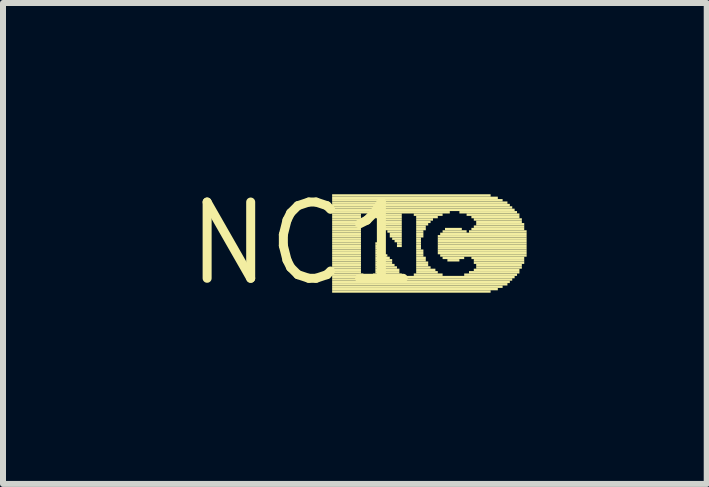
<source format=kicad_pcb>
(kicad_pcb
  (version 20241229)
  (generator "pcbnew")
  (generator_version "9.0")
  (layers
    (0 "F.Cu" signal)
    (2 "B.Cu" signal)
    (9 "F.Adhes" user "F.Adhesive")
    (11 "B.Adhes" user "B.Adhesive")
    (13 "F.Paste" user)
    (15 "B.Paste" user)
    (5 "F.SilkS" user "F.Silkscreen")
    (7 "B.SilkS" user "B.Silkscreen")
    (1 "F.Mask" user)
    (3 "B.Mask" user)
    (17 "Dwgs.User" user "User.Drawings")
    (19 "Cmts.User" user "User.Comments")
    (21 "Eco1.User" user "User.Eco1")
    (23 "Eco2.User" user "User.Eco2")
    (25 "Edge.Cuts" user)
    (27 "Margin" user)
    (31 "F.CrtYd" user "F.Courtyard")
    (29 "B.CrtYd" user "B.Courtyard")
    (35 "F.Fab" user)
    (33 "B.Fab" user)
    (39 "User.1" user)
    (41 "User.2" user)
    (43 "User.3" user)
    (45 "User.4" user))
  (footprint "NC1"
    (layer "F.Cu")
    (at 2.003 1.006)
    (property "Reference" "NC1" (at 0 0 0) (layer "F.SilkS") (effects (font (size 1.27 1.27) (thickness 0.15))))
    (fp_poly (pts (xy 0.48 -0.78) (xy 3.12 -0.78) (xy 3.12 -0.82) (xy 0.48 -0.82)) (stroke (width 0) (type default)) (fill yes) (layer "F.SilkS"))
    (fp_poly (pts (xy 0.48 -0.74) (xy 3.24 -0.74) (xy 3.24 -0.78) (xy 0.48 -0.78)) (stroke (width 0) (type default)) (fill yes) (layer "F.SilkS"))
    (fp_poly (pts (xy 0.48 -0.7) (xy 3.32 -0.7) (xy 3.32 -0.74) (xy 0.48 -0.74)) (stroke (width 0) (type default)) (fill yes) (layer "F.SilkS"))
    (fp_poly (pts (xy 0.48 -0.66) (xy 3.4 -0.66) (xy 3.4 -0.7) (xy 0.48 -0.7)) (stroke (width 0) (type default)) (fill yes) (layer "F.SilkS"))
    (fp_poly (pts (xy 0.48 -0.62) (xy 3.44 -0.62) (xy 3.44 -0.66) (xy 0.48 -0.66)) (stroke (width 0) (type default)) (fill yes) (layer "F.SilkS"))
    (fp_poly (pts (xy 0.48 -0.58) (xy 3.48 -0.58) (xy 3.48 -0.62) (xy 0.48 -0.62)) (stroke (width 0) (type default)) (fill yes) (layer "F.SilkS"))
    (fp_poly (pts (xy 0.48 -0.54) (xy 3.52 -0.54) (xy 3.52 -0.58) (xy 0.48 -0.58)) (stroke (width 0) (type default)) (fill yes) (layer "F.SilkS"))
    (fp_poly (pts (xy 0.48 -0.5) (xy 2.44 -0.5) (xy 2.44 -0.54) (xy 0.48 -0.54)) (stroke (width 0) (type default)) (fill yes) (layer "F.SilkS"))
    (fp_poly (pts (xy 0.48 -0.46) (xy 0.96 -0.46) (xy 0.96 -0.5) (xy 0.48 -0.5)) (stroke (width 0) (type default)) (fill yes) (layer "F.SilkS"))
    (fp_poly (pts (xy 0.48 -0.42) (xy 0.96 -0.42) (xy 0.96 -0.46) (xy 0.48 -0.46)) (stroke (width 0) (type default)) (fill yes) (layer "F.SilkS"))
    (fp_poly (pts (xy 0.48 -0.38) (xy 0.96 -0.38) (xy 0.96 -0.42) (xy 0.48 -0.42)) (stroke (width 0) (type default)) (fill yes) (layer "F.SilkS"))
    (fp_poly (pts (xy 0.48 -0.34) (xy 0.96 -0.34) (xy 0.96 -0.38) (xy 0.48 -0.38)) (stroke (width 0) (type default)) (fill yes) (layer "F.SilkS"))
    (fp_poly (pts (xy 0.48 -0.3) (xy 0.96 -0.3) (xy 0.96 -0.34) (xy 0.48 -0.34)) (stroke (width 0) (type default)) (fill yes) (layer "F.SilkS"))
    (fp_poly (pts (xy 0.48 -0.26) (xy 0.96 -0.26) (xy 0.96 -0.3) (xy 0.48 -0.3)) (stroke (width 0) (type default)) (fill yes) (layer "F.SilkS"))
    (fp_poly (pts (xy 0.48 -0.22) (xy 0.96 -0.22) (xy 0.96 -0.26) (xy 0.48 -0.26)) (stroke (width 0) (type default)) (fill yes) (layer "F.SilkS"))
    (fp_poly (pts (xy 0.48 -0.18) (xy 0.96 -0.18) (xy 0.96 -0.22) (xy 0.48 -0.22)) (stroke (width 0) (type default)) (fill yes) (layer "F.SilkS"))
    (fp_poly (pts (xy 0.48 -0.14) (xy 0.96 -0.14) (xy 0.96 -0.18) (xy 0.48 -0.18)) (stroke (width 0) (type default)) (fill yes) (layer "F.SilkS"))
    (fp_poly (pts (xy 0.48 -0.1) (xy 0.96 -0.1) (xy 0.96 -0.14) (xy 0.48 -0.14)) (stroke (width 0) (type default)) (fill yes) (layer "F.SilkS"))
    (fp_poly (pts (xy 0.48 -0.06) (xy 0.96 -0.06) (xy 0.96 -0.1) (xy 0.48 -0.1)) (stroke (width 0) (type default)) (fill yes) (layer "F.SilkS"))
    (fp_poly (pts (xy 0.48 -0.02) (xy 0.96 -0.02) (xy 0.96 -0.06) (xy 0.48 -0.06)) (stroke (width 0) (type default)) (fill yes) (layer "F.SilkS"))
    (fp_poly (pts (xy 0.48 0.02) (xy 0.96 0.02) (xy 0.96 -0.02) (xy 0.48 -0.02)) (stroke (width 0) (type default)) (fill yes) (layer "F.SilkS"))
    (fp_poly (pts (xy 0.48 0.06) (xy 0.96 0.06) (xy 0.96 0.02) (xy 0.48 0.02)) (stroke (width 0) (type default)) (fill yes) (layer "F.SilkS"))
    (fp_poly (pts (xy 0.48 0.1) (xy 0.96 0.1) (xy 0.96 0.06) (xy 0.48 0.06)) (stroke (width 0) (type default)) (fill yes) (layer "F.SilkS"))
    (fp_poly (pts (xy 0.48 0.14) (xy 0.96 0.14) (xy 0.96 0.1) (xy 0.48 0.1)) (stroke (width 0) (type default)) (fill yes) (layer "F.SilkS"))
    (fp_poly (pts (xy 0.48 0.18) (xy 0.96 0.18) (xy 0.96 0.14) (xy 0.48 0.14)) (stroke (width 0) (type default)) (fill yes) (layer "F.SilkS"))
    (fp_poly (pts (xy 0.48 0.22) (xy 0.96 0.22) (xy 0.96 0.18) (xy 0.48 0.18)) (stroke (width 0) (type default)) (fill yes) (layer "F.SilkS"))
    (fp_poly (pts (xy 0.48 0.26) (xy 0.96 0.26) (xy 0.96 0.22) (xy 0.48 0.22)) (stroke (width 0) (type default)) (fill yes) (layer "F.SilkS"))
    (fp_poly (pts (xy 0.48 0.3) (xy 0.96 0.3) (xy 0.96 0.26) (xy 0.48 0.26)) (stroke (width 0) (type default)) (fill yes) (layer "F.SilkS"))
    (fp_poly (pts (xy 0.48 0.34) (xy 0.96 0.34) (xy 0.96 0.3) (xy 0.48 0.3)) (stroke (width 0) (type default)) (fill yes) (layer "F.SilkS"))
    (fp_poly (pts (xy 0.48 0.38) (xy 0.96 0.38) (xy 0.96 0.34) (xy 0.48 0.34)) (stroke (width 0) (type default)) (fill yes) (layer "F.SilkS"))
    (fp_poly (pts (xy 0.48 0.42) (xy 0.96 0.42) (xy 0.96 0.38) (xy 0.48 0.38)) (stroke (width 0) (type default)) (fill yes) (layer "F.SilkS"))
    (fp_poly (pts (xy 0.48 0.46) (xy 0.96 0.46) (xy 0.96 0.42) (xy 0.48 0.42)) (stroke (width 0) (type default)) (fill yes) (layer "F.SilkS"))
    (fp_poly (pts (xy 0.48 0.5) (xy 0.96 0.5) (xy 0.96 0.46) (xy 0.48 0.46)) (stroke (width 0) (type default)) (fill yes) (layer "F.SilkS"))
    (fp_poly (pts (xy 0.48 0.54) (xy 1 0.54) (xy 1 0.5) (xy 0.48 0.5)) (stroke (width 0) (type default)) (fill yes) (layer "F.SilkS"))
    (fp_poly (pts (xy 0.48 0.58) (xy 3.52 0.58) (xy 3.52 0.54) (xy 0.48 0.54)) (stroke (width 0) (type default)) (fill yes) (layer "F.SilkS"))
    (fp_poly (pts (xy 0.48 0.62) (xy 3.48 0.62) (xy 3.48 0.58) (xy 0.48 0.58)) (stroke (width 0) (type default)) (fill yes) (layer "F.SilkS"))
    (fp_poly (pts (xy 0.48 0.66) (xy 3.44 0.66) (xy 3.44 0.62) (xy 0.48 0.62)) (stroke (width 0) (type default)) (fill yes) (layer "F.SilkS"))
    (fp_poly (pts (xy 0.48 0.7) (xy 3.4 0.7) (xy 3.4 0.66) (xy 0.48 0.66)) (stroke (width 0) (type default)) (fill yes) (layer "F.SilkS"))
    (fp_poly (pts (xy 0.48 0.74) (xy 3.32 0.74) (xy 3.32 0.7) (xy 0.48 0.7)) (stroke (width 0) (type default)) (fill yes) (layer "F.SilkS"))
    (fp_poly (pts (xy 0.48 0.78) (xy 3.24 0.78) (xy 3.24 0.74) (xy 0.48 0.74)) (stroke (width 0) (type default)) (fill yes) (layer "F.SilkS"))
    (fp_poly (pts (xy 0.48 0.82) (xy 3.12 0.82) (xy 3.12 0.78) (xy 0.48 0.78)) (stroke (width 0) (type default)) (fill yes) (layer "F.SilkS"))
    (fp_poly (pts (xy 1.16 0.54) (xy 1.64 0.54) (xy 1.64 0.5) (xy 1.16 0.5)) (stroke (width 0) (type default)) (fill yes) (layer "F.SilkS"))
    (fp_poly (pts (xy 1.2 -0.46) (xy 1.64 -0.46) (xy 1.64 -0.5) (xy 1.2 -0.5)) (stroke (width 0) (type default)) (fill yes) (layer "F.SilkS"))
    (fp_poly (pts (xy 1.2 -0.42) (xy 1.64 -0.42) (xy 1.64 -0.46) (xy 1.2 -0.46)) (stroke (width 0) (type default)) (fill yes) (layer "F.SilkS"))
    (fp_poly (pts (xy 1.2 0.02) (xy 1.24 0.02) (xy 1.24 -0.02) (xy 1.2 -0.02)) (stroke (width 0) (type default)) (fill yes) (layer "F.SilkS"))
    (fp_poly (pts (xy 1.2 0.06) (xy 1.28 0.06) (xy 1.28 0.02) (xy 1.2 0.02)) (stroke (width 0) (type default)) (fill yes) (layer "F.SilkS"))
    (fp_poly (pts (xy 1.2 0.1) (xy 1.32 0.1) (xy 1.32 0.06) (xy 1.2 0.06)) (stroke (width 0) (type default)) (fill yes) (layer "F.SilkS"))
    (fp_poly (pts (xy 1.2 0.14) (xy 1.36 0.14) (xy 1.36 0.1) (xy 1.2 0.1)) (stroke (width 0) (type default)) (fill yes) (layer "F.SilkS"))
    (fp_poly (pts (xy 1.2 0.18) (xy 1.36 0.18) (xy 1.36 0.14) (xy 1.2 0.14)) (stroke (width 0) (type default)) (fill yes) (layer "F.SilkS"))
    (fp_poly (pts (xy 1.2 0.22) (xy 1.4 0.22) (xy 1.4 0.18) (xy 1.2 0.18)) (stroke (width 0) (type default)) (fill yes) (layer "F.SilkS"))
    (fp_poly (pts (xy 1.2 0.26) (xy 1.44 0.26) (xy 1.44 0.22) (xy 1.2 0.22)) (stroke (width 0) (type default)) (fill yes) (layer "F.SilkS"))
    (fp_poly (pts (xy 1.2 0.3) (xy 1.48 0.3) (xy 1.48 0.26) (xy 1.2 0.26)) (stroke (width 0) (type default)) (fill yes) (layer "F.SilkS"))
    (fp_poly (pts (xy 1.2 0.34) (xy 1.48 0.34) (xy 1.48 0.3) (xy 1.2 0.3)) (stroke (width 0) (type default)) (fill yes) (layer "F.SilkS"))
    (fp_poly (pts (xy 1.2 0.38) (xy 1.52 0.38) (xy 1.52 0.34) (xy 1.2 0.34)) (stroke (width 0) (type default)) (fill yes) (layer "F.SilkS"))
    (fp_poly (pts (xy 1.2 0.42) (xy 1.56 0.42) (xy 1.56 0.38) (xy 1.2 0.38)) (stroke (width 0) (type default)) (fill yes) (layer "F.SilkS"))
    (fp_poly (pts (xy 1.2 0.46) (xy 1.6 0.46) (xy 1.6 0.42) (xy 1.2 0.42)) (stroke (width 0) (type default)) (fill yes) (layer "F.SilkS"))
    (fp_poly (pts (xy 1.2 0.5) (xy 1.6 0.5) (xy 1.6 0.46) (xy 1.2 0.46)) (stroke (width 0) (type default)) (fill yes) (layer "F.SilkS"))
    (fp_poly (pts (xy 1.24 -0.38) (xy 1.64 -0.38) (xy 1.64 -0.42) (xy 1.24 -0.42)) (stroke (width 0) (type default)) (fill yes) (layer "F.SilkS"))
    (fp_poly (pts (xy 1.28 -0.34) (xy 1.64 -0.34) (xy 1.64 -0.38) (xy 1.28 -0.38)) (stroke (width 0) (type default)) (fill yes) (layer "F.SilkS"))
    (fp_poly (pts (xy 1.32 -0.3) (xy 1.64 -0.3) (xy 1.64 -0.34) (xy 1.32 -0.34)) (stroke (width 0) (type default)) (fill yes) (layer "F.SilkS"))
    (fp_poly (pts (xy 1.32 -0.26) (xy 1.64 -0.26) (xy 1.64 -0.3) (xy 1.32 -0.3)) (stroke (width 0) (type default)) (fill yes) (layer "F.SilkS"))
    (fp_poly (pts (xy 1.36 -0.22) (xy 1.64 -0.22) (xy 1.64 -0.26) (xy 1.36 -0.26)) (stroke (width 0) (type default)) (fill yes) (layer "F.SilkS"))
    (fp_poly (pts (xy 1.4 -0.18) (xy 1.64 -0.18) (xy 1.64 -0.22) (xy 1.4 -0.22)) (stroke (width 0) (type default)) (fill yes) (layer "F.SilkS"))
    (fp_poly (pts (xy 1.44 -0.14) (xy 1.64 -0.14) (xy 1.64 -0.18) (xy 1.44 -0.18)) (stroke (width 0) (type default)) (fill yes) (layer "F.SilkS"))
    (fp_poly (pts (xy 1.44 -0.1) (xy 1.64 -0.1) (xy 1.64 -0.14) (xy 1.44 -0.14)) (stroke (width 0) (type default)) (fill yes) (layer "F.SilkS"))
    (fp_poly (pts (xy 1.48 -0.06) (xy 1.64 -0.06) (xy 1.64 -0.1) (xy 1.48 -0.1)) (stroke (width 0) (type default)) (fill yes) (layer "F.SilkS"))
    (fp_poly (pts (xy 1.52 -0.02) (xy 1.64 -0.02) (xy 1.64 -0.06) (xy 1.52 -0.06)) (stroke (width 0) (type default)) (fill yes) (layer "F.SilkS"))
    (fp_poly (pts (xy 1.56 0.02) (xy 1.64 0.02) (xy 1.64 -0.02) (xy 1.56 -0.02)) (stroke (width 0) (type default)) (fill yes) (layer "F.SilkS"))
    (fp_poly (pts (xy 1.56 0.06) (xy 1.64 0.06) (xy 1.64 0.02) (xy 1.56 0.02)) (stroke (width 0) (type default)) (fill yes) (layer "F.SilkS"))
    (fp_poly (pts (xy 1.84 -0.46) (xy 2.32 -0.46) (xy 2.32 -0.5) (xy 1.84 -0.5)) (stroke (width 0) (type default)) (fill yes) (layer "F.SilkS"))
    (fp_poly (pts (xy 1.84 0.54) (xy 2.32 0.54) (xy 2.32 0.5) (xy 1.84 0.5)) (stroke (width 0) (type default)) (fill yes) (layer "F.SilkS"))
    (fp_poly (pts (xy 1.88 -0.42) (xy 2.24 -0.42) (xy 2.24 -0.46) (xy 1.88 -0.46)) (stroke (width 0) (type default)) (fill yes) (layer "F.SilkS"))
    (fp_poly (pts (xy 1.88 -0.38) (xy 2.16 -0.38) (xy 2.16 -0.42) (xy 1.88 -0.42)) (stroke (width 0) (type default)) (fill yes) (layer "F.SilkS"))
    (fp_poly (pts (xy 1.88 -0.34) (xy 2.12 -0.34) (xy 2.12 -0.38) (xy 1.88 -0.38)) (stroke (width 0) (type default)) (fill yes) (layer "F.SilkS"))
    (fp_poly (pts (xy 1.88 -0.3) (xy 2.08 -0.3) (xy 2.08 -0.34) (xy 1.88 -0.34)) (stroke (width 0) (type default)) (fill yes) (layer "F.SilkS"))
    (fp_poly (pts (xy 1.88 -0.26) (xy 2.04 -0.26) (xy 2.04 -0.3) (xy 1.88 -0.3)) (stroke (width 0) (type default)) (fill yes) (layer "F.SilkS"))
    (fp_poly (pts (xy 1.88 -0.22) (xy 2.04 -0.22) (xy 2.04 -0.26) (xy 1.88 -0.26)) (stroke (width 0) (type default)) (fill yes) (layer "F.SilkS"))
    (fp_poly (pts (xy 1.88 -0.18) (xy 2 -0.18) (xy 2 -0.22) (xy 1.88 -0.22)) (stroke (width 0) (type default)) (fill yes) (layer "F.SilkS"))
    (fp_poly (pts (xy 1.88 -0.14) (xy 2 -0.14) (xy 2 -0.18) (xy 1.88 -0.18)) (stroke (width 0) (type default)) (fill yes) (layer "F.SilkS"))
    (fp_poly (pts (xy 1.88 -0.1) (xy 2 -0.1) (xy 2 -0.14) (xy 1.88 -0.14)) (stroke (width 0) (type default)) (fill yes) (layer "F.SilkS"))
    (fp_poly (pts (xy 1.88 -0.06) (xy 1.96 -0.06) (xy 1.96 -0.1) (xy 1.88 -0.1)) (stroke (width 0) (type default)) (fill yes) (layer "F.SilkS"))
    (fp_poly (pts (xy 1.88 -0.02) (xy 1.96 -0.02) (xy 1.96 -0.06) (xy 1.88 -0.06)) (stroke (width 0) (type default)) (fill yes) (layer "F.SilkS"))
    (fp_poly (pts (xy 1.88 0.02) (xy 1.96 0.02) (xy 1.96 -0.02) (xy 1.88 -0.02)) (stroke (width 0) (type default)) (fill yes) (layer "F.SilkS"))
    (fp_poly (pts (xy 1.88 0.06) (xy 1.96 0.06) (xy 1.96 0.02) (xy 1.88 0.02)) (stroke (width 0) (type default)) (fill yes) (layer "F.SilkS"))
    (fp_poly (pts (xy 1.88 0.1) (xy 1.96 0.1) (xy 1.96 0.06) (xy 1.88 0.06)) (stroke (width 0) (type default)) (fill yes) (layer "F.SilkS"))
    (fp_poly (pts (xy 1.88 0.14) (xy 2 0.14) (xy 2 0.1) (xy 1.88 0.1)) (stroke (width 0) (type default)) (fill yes) (layer "F.SilkS"))
    (fp_poly (pts (xy 1.88 0.18) (xy 2 0.18) (xy 2 0.14) (xy 1.88 0.14)) (stroke (width 0) (type default)) (fill yes) (layer "F.SilkS"))
    (fp_poly (pts (xy 1.88 0.22) (xy 2 0.22) (xy 2 0.18) (xy 1.88 0.18)) (stroke (width 0) (type default)) (fill yes) (layer "F.SilkS"))
    (fp_poly (pts (xy 1.88 0.26) (xy 2.04 0.26) (xy 2.04 0.22) (xy 1.88 0.22)) (stroke (width 0) (type default)) (fill yes) (layer "F.SilkS"))
    (fp_poly (pts (xy 1.88 0.3) (xy 2.04 0.3) (xy 2.04 0.26) (xy 1.88 0.26)) (stroke (width 0) (type default)) (fill yes) (layer "F.SilkS"))
    (fp_poly (pts (xy 1.88 0.34) (xy 2.08 0.34) (xy 2.08 0.3) (xy 1.88 0.3)) (stroke (width 0) (type default)) (fill yes) (layer "F.SilkS"))
    (fp_poly (pts (xy 1.88 0.38) (xy 2.08 0.38) (xy 2.08 0.34) (xy 1.88 0.34)) (stroke (width 0) (type default)) (fill yes) (layer "F.SilkS"))
    (fp_poly (pts (xy 1.88 0.42) (xy 2.12 0.42) (xy 2.12 0.38) (xy 1.88 0.38)) (stroke (width 0) (type default)) (fill yes) (layer "F.SilkS"))
    (fp_poly (pts (xy 1.88 0.46) (xy 2.2 0.46) (xy 2.2 0.42) (xy 1.88 0.42)) (stroke (width 0) (type default)) (fill yes) (layer "F.SilkS"))
    (fp_poly (pts (xy 1.88 0.5) (xy 2.24 0.5) (xy 2.24 0.46) (xy 1.88 0.46)) (stroke (width 0) (type default)) (fill yes) (layer "F.SilkS"))
    (fp_poly (pts (xy 2.24 -0.1) (xy 3.72 -0.1) (xy 3.72 -0.14) (xy 2.24 -0.14)) (stroke (width 0) (type default)) (fill yes) (layer "F.SilkS"))
    (fp_poly (pts (xy 2.24 -0.06) (xy 3.72 -0.06) (xy 3.72 -0.1) (xy 2.24 -0.1)) (stroke (width 0) (type default)) (fill yes) (layer "F.SilkS"))
    (fp_poly (pts (xy 2.24 -0.02) (xy 3.72 -0.02) (xy 3.72 -0.06) (xy 2.24 -0.06)) (stroke (width 0) (type default)) (fill yes) (layer "F.SilkS"))
    (fp_poly (pts (xy 2.24 0.02) (xy 3.72 0.02) (xy 3.72 -0.02) (xy 2.24 -0.02)) (stroke (width 0) (type default)) (fill yes) (layer "F.SilkS"))
    (fp_poly (pts (xy 2.24 0.06) (xy 3.72 0.06) (xy 3.72 0.02) (xy 2.24 0.02)) (stroke (width 0) (type default)) (fill yes) (layer "F.SilkS"))
    (fp_poly (pts (xy 2.24 0.1) (xy 3.72 0.1) (xy 3.72 0.06) (xy 2.24 0.06)) (stroke (width 0) (type default)) (fill yes) (layer "F.SilkS"))
    (fp_poly (pts (xy 2.24 0.14) (xy 3.72 0.14) (xy 3.72 0.1) (xy 2.24 0.1)) (stroke (width 0) (type default)) (fill yes) (layer "F.SilkS"))
    (fp_poly (pts (xy 2.24 0.18) (xy 3.72 0.18) (xy 3.72 0.14) (xy 2.24 0.14)) (stroke (width 0) (type default)) (fill yes) (layer "F.SilkS"))
    (fp_poly (pts (xy 2.28 -0.14) (xy 3.72 -0.14) (xy 3.72 -0.18) (xy 2.28 -0.18)) (stroke (width 0) (type default)) (fill yes) (layer "F.SilkS"))
    (fp_poly (pts (xy 2.28 0.22) (xy 3.72 0.22) (xy 3.72 0.18) (xy 2.28 0.18)) (stroke (width 0) (type default)) (fill yes) (layer "F.SilkS"))
    (fp_poly (pts (xy 2.32 -0.18) (xy 2.72 -0.18) (xy 2.72 -0.22) (xy 2.32 -0.22)) (stroke (width 0) (type default)) (fill yes) (layer "F.SilkS"))
    (fp_poly (pts (xy 2.32 0.26) (xy 2.68 0.26) (xy 2.68 0.22) (xy 2.32 0.22)) (stroke (width 0) (type default)) (fill yes) (layer "F.SilkS"))
    (fp_poly (pts (xy 2.36 -0.22) (xy 2.64 -0.22) (xy 2.64 -0.26) (xy 2.36 -0.26)) (stroke (width 0) (type default)) (fill yes) (layer "F.SilkS"))
    (fp_poly (pts (xy 2.4 0.3) (xy 2.6 0.3) (xy 2.6 0.26) (xy 2.4 0.26)) (stroke (width 0) (type default)) (fill yes) (layer "F.SilkS"))
    (fp_poly (pts (xy 2.6 -0.5) (xy 3.56 -0.5) (xy 3.56 -0.54) (xy 2.6 -0.54)) (stroke (width 0) (type default)) (fill yes) (layer "F.SilkS"))
    (fp_poly (pts (xy 2.68 0.54) (xy 3.56 0.54) (xy 3.56 0.5) (xy 2.68 0.5)) (stroke (width 0) (type default)) (fill yes) (layer "F.SilkS"))
    (fp_poly (pts (xy 2.72 -0.46) (xy 3.6 -0.46) (xy 3.6 -0.5) (xy 2.72 -0.5)) (stroke (width 0) (type default)) (fill yes) (layer "F.SilkS"))
    (fp_poly (pts (xy 2.76 -0.18) (xy 3.72 -0.18) (xy 3.72 -0.22) (xy 2.76 -0.22)) (stroke (width 0) (type default)) (fill yes) (layer "F.SilkS"))
    (fp_poly (pts (xy 2.76 0.5) (xy 3.6 0.5) (xy 3.6 0.46) (xy 2.76 0.46)) (stroke (width 0) (type default)) (fill yes) (layer "F.SilkS"))
    (fp_poly (pts (xy 2.8 -0.42) (xy 3.6 -0.42) (xy 3.6 -0.46) (xy 2.8 -0.46)) (stroke (width 0) (type default)) (fill yes) (layer "F.SilkS"))
    (fp_poly (pts (xy 2.8 -0.22) (xy 3.68 -0.22) (xy 3.68 -0.26) (xy 2.8 -0.26)) (stroke (width 0) (type default)) (fill yes) (layer "F.SilkS"))
    (fp_poly (pts (xy 2.8 0.26) (xy 3.68 0.26) (xy 3.68 0.22) (xy 2.8 0.22)) (stroke (width 0) (type default)) (fill yes) (layer "F.SilkS"))
    (fp_poly (pts (xy 2.84 -0.38) (xy 3.64 -0.38) (xy 3.64 -0.42) (xy 2.84 -0.42)) (stroke (width 0) (type default)) (fill yes) (layer "F.SilkS"))
    (fp_poly (pts (xy 2.84 -0.26) (xy 3.68 -0.26) (xy 3.68 -0.3) (xy 2.84 -0.3)) (stroke (width 0) (type default)) (fill yes) (layer "F.SilkS"))
    (fp_poly (pts (xy 2.84 0.3) (xy 3.68 0.3) (xy 3.68 0.26) (xy 2.84 0.26)) (stroke (width 0) (type default)) (fill yes) (layer "F.SilkS"))
    (fp_poly (pts (xy 2.84 0.34) (xy 3.68 0.34) (xy 3.68 0.3) (xy 2.84 0.3)) (stroke (width 0) (type default)) (fill yes) (layer "F.SilkS"))
    (fp_poly (pts (xy 2.84 0.46) (xy 3.6 0.46) (xy 3.6 0.42) (xy 2.84 0.42)) (stroke (width 0) (type default)) (fill yes) (layer "F.SilkS"))
    (fp_poly (pts (xy 2.88 -0.34) (xy 3.64 -0.34) (xy 3.64 -0.38) (xy 2.88 -0.38)) (stroke (width 0) (type default)) (fill yes) (layer "F.SilkS"))
    (fp_poly (pts (xy 2.88 -0.3) (xy 3.68 -0.3) (xy 3.68 -0.34) (xy 2.88 -0.34)) (stroke (width 0) (type default)) (fill yes) (layer "F.SilkS"))
    (fp_poly (pts (xy 2.88 0.38) (xy 3.64 0.38) (xy 3.64 0.34) (xy 2.88 0.34)) (stroke (width 0) (type default)) (fill yes) (layer "F.SilkS"))
    (fp_poly (pts (xy 2.88 0.42) (xy 3.64 0.42) (xy 3.64 0.38) (xy 2.88 0.38)) (stroke (width 0) (type default)) (fill yes) (layer "F.SilkS")))
  (gr_rect
    (start -3 -3)
    (end 8.723 5.012)
    (stroke (width 0.1) (type default))
    (fill no)
    (layer "Edge.Cuts")))
</source>
